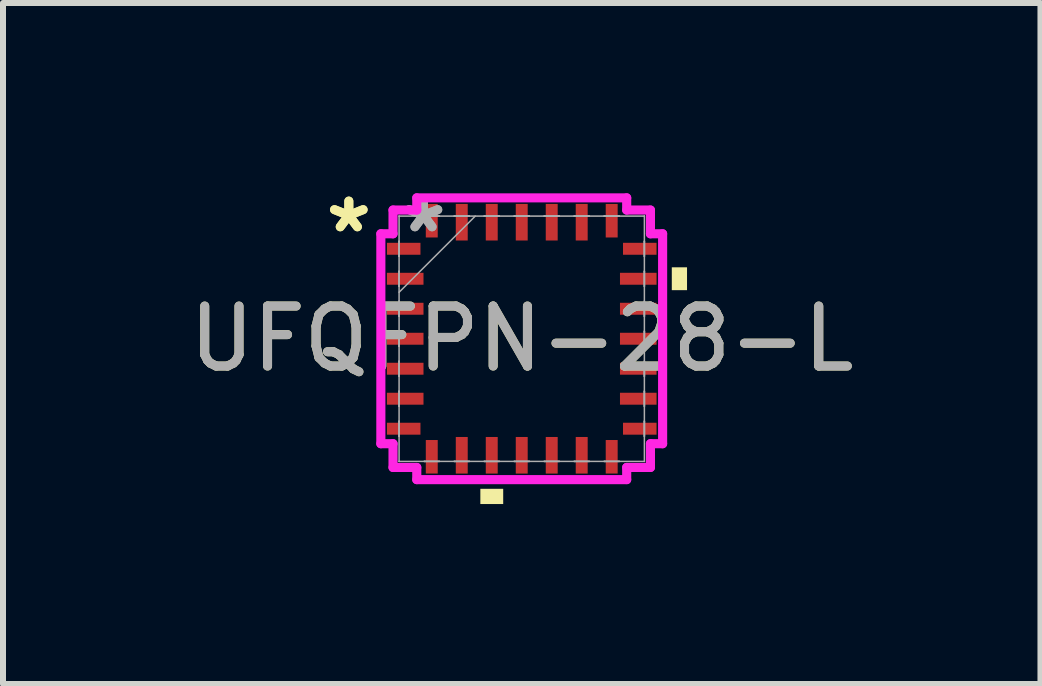
<source format=kicad_pcb>
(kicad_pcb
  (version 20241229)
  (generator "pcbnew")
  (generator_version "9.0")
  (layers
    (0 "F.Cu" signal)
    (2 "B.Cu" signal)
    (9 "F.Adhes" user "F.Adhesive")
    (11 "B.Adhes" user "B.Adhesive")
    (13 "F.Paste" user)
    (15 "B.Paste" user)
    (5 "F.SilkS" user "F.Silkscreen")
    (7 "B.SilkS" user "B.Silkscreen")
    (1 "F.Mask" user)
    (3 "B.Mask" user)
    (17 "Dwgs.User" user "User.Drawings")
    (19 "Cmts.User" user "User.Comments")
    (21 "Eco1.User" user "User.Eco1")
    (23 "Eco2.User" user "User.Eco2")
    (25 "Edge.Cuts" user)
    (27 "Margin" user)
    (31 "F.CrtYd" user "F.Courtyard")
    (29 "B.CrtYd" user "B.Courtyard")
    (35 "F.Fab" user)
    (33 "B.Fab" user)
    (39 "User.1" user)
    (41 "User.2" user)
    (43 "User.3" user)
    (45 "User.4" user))
  (footprint "UFQFPN-28-L"
    (layer "F.Cu")
    (at 5.649 2.598)
    (property "Reference" "UFQFPN-28-L" (at 0 0 0) (unlocked yes) (layer "F.SilkS") (effects (font (size 1 1) (thickness 0.15))))
    (attr smd)
    (fp_poly (pts (xy -0.69 2.502) (xy -0.69 2.756) (xy -0.309 2.756) (xy -0.309 2.502)) (stroke (width 0) (type solid)) (fill yes) (layer "F.SilkS"))
    (fp_poly (pts (xy 2.756 -1.191) (xy 2.756 -0.81) (xy 2.502 -0.81) (xy 2.502 -1.191)) (stroke (width 0) (type solid)) (fill yes) (layer "F.SilkS"))
    (fp_line (start -2.349 -1.75) (end -2.146 -1.75) (stroke (width 0.152) (type solid)) (layer "F.CrtYd"))
    (fp_line (start -2.349 1.75) (end -2.349 -1.75) (stroke (width 0.152) (type solid)) (layer "F.CrtYd"))
    (fp_line (start -2.146 -2.146) (end -1.75 -2.146) (stroke (width 0.152) (type solid)) (layer "F.CrtYd"))
    (fp_line (start -2.146 -1.75) (end -2.146 -2.146) (stroke (width 0.152) (type solid)) (layer "F.CrtYd"))
    (fp_line (start -2.146 1.75) (end -2.349 1.75) (stroke (width 0.152) (type solid)) (layer "F.CrtYd"))
    (fp_line (start -2.146 2.146) (end -2.146 1.75) (stroke (width 0.152) (type solid)) (layer "F.CrtYd"))
    (fp_line (start -1.75 -2.349) (end 1.75 -2.349) (stroke (width 0.152) (type solid)) (layer "F.CrtYd"))
    (fp_line (start -1.75 -2.146) (end -1.75 -2.349) (stroke (width 0.152) (type solid)) (layer "F.CrtYd"))
    (fp_line (start -1.75 2.146) (end -2.146 2.146) (stroke (width 0.152) (type solid)) (layer "F.CrtYd"))
    (fp_line (start -1.75 2.349) (end -1.75 2.146) (stroke (width 0.152) (type solid)) (layer "F.CrtYd"))
    (fp_line (start 1.75 -2.349) (end 1.75 -2.146) (stroke (width 0.152) (type solid)) (layer "F.CrtYd"))
    (fp_line (start 1.75 -2.146) (end 2.146 -2.146) (stroke (width 0.152) (type solid)) (layer "F.CrtYd"))
    (fp_line (start 1.75 2.146) (end 1.75 2.349) (stroke (width 0.152) (type solid)) (layer "F.CrtYd"))
    (fp_line (start 1.75 2.349) (end -1.75 2.349) (stroke (width 0.152) (type solid)) (layer "F.CrtYd"))
    (fp_line (start 2.146 -2.146) (end 2.146 -1.75) (stroke (width 0.152) (type solid)) (layer "F.CrtYd"))
    (fp_line (start 2.146 -1.75) (end 2.349 -1.75) (stroke (width 0.152) (type solid)) (layer "F.CrtYd"))
    (fp_line (start 2.146 1.75) (end 2.146 2.146) (stroke (width 0.152) (type solid)) (layer "F.CrtYd"))
    (fp_line (start 2.146 2.146) (end 1.75 2.146) (stroke (width 0.152) (type solid)) (layer "F.CrtYd"))
    (fp_line (start 2.349 -1.75) (end 2.349 1.75) (stroke (width 0.152) (type solid)) (layer "F.CrtYd"))
    (fp_line (start 2.349 1.75) (end 2.146 1.75) (stroke (width 0.152) (type solid)) (layer "F.CrtYd"))
    (fp_line (start -2.045 -2.045) (end -2.045 -2.045) (stroke (width 0.025) (type solid)) (layer "F.Fab"))
    (fp_line (start -2.045 -2.045) (end -2.045 2.045) (stroke (width 0.025) (type solid)) (layer "F.Fab"))
    (fp_line (start -2.045 -1.625) (end -2.045 -1.625) (stroke (width 0.025) (type solid)) (layer "F.Fab"))
    (fp_line (start -2.045 -1.625) (end -2.045 -1.375) (stroke (width 0.025) (type solid)) (layer "F.Fab"))
    (fp_line (start -2.045 -1.375) (end -2.045 -1.625) (stroke (width 0.025) (type solid)) (layer "F.Fab"))
    (fp_line (start -2.045 -1.375) (end -2.045 -1.375) (stroke (width 0.025) (type solid)) (layer "F.Fab"))
    (fp_line (start -2.045 -1.125) (end -2.045 -1.125) (stroke (width 0.025) (type solid)) (layer "F.Fab"))
    (fp_line (start -2.045 -1.125) (end -2.045 -0.875) (stroke (width 0.025) (type solid)) (layer "F.Fab"))
    (fp_line (start -2.045 -0.875) (end -2.045 -1.125) (stroke (width 0.025) (type solid)) (layer "F.Fab"))
    (fp_line (start -2.045 -0.875) (end -2.045 -0.875) (stroke (width 0.025) (type solid)) (layer "F.Fab"))
    (fp_line (start -2.045 -0.775) (end -0.775 -2.045) (stroke (width 0.025) (type solid)) (layer "F.Fab"))
    (fp_line (start -2.045 -0.625) (end -2.045 -0.625) (stroke (width 0.025) (type solid)) (layer "F.Fab"))
    (fp_line (start -2.045 -0.625) (end -2.045 -0.375) (stroke (width 0.025) (type solid)) (layer "F.Fab"))
    (fp_line (start -2.045 -0.375) (end -2.045 -0.625) (stroke (width 0.025) (type solid)) (layer "F.Fab"))
    (fp_line (start -2.045 -0.375) (end -2.045 -0.375) (stroke (width 0.025) (type solid)) (layer "F.Fab"))
    (fp_line (start -2.045 -0.125) (end -2.045 -0.125) (stroke (width 0.025) (type solid)) (layer "F.Fab"))
    (fp_line (start -2.045 -0.125) (end -2.045 0.125) (stroke (width 0.025) (type solid)) (layer "F.Fab"))
    (fp_line (start -2.045 0.125) (end -2.045 -0.125) (stroke (width 0.025) (type solid)) (layer "F.Fab"))
    (fp_line (start -2.045 0.125) (end -2.045 0.125) (stroke (width 0.025) (type solid)) (layer "F.Fab"))
    (fp_line (start -2.045 0.375) (end -2.045 0.375) (stroke (width 0.025) (type solid)) (layer "F.Fab"))
    (fp_line (start -2.045 0.375) (end -2.045 0.625) (stroke (width 0.025) (type solid)) (layer "F.Fab"))
    (fp_line (start -2.045 0.625) (end -2.045 0.375) (stroke (width 0.025) (type solid)) (layer "F.Fab"))
    (fp_line (start -2.045 0.625) (end -2.045 0.625) (stroke (width 0.025) (type solid)) (layer "F.Fab"))
    (fp_line (start -2.045 0.875) (end -2.045 0.875) (stroke (width 0.025) (type solid)) (layer "F.Fab"))
    (fp_line (start -2.045 0.875) (end -2.045 1.125) (stroke (width 0.025) (type solid)) (layer "F.Fab"))
    (fp_line (start -2.045 1.125) (end -2.045 0.875) (stroke (width 0.025) (type solid)) (layer "F.Fab"))
    (fp_line (start -2.045 1.125) (end -2.045 1.125) (stroke (width 0.025) (type solid)) (layer "F.Fab"))
    (fp_line (start -2.045 1.375) (end -2.045 1.375) (stroke (width 0.025) (type solid)) (layer "F.Fab"))
    (fp_line (start -2.045 1.375) (end -2.045 1.625) (stroke (width 0.025) (type solid)) (layer "F.Fab"))
    (fp_line (start -2.045 1.625) (end -2.045 1.375) (stroke (width 0.025) (type solid)) (layer "F.Fab"))
    (fp_line (start -2.045 1.625) (end -2.045 1.625) (stroke (width 0.025) (type solid)) (layer "F.Fab"))
    (fp_line (start -2.045 2.045) (end -2.045 2.045) (stroke (width 0.025) (type solid)) (layer "F.Fab"))
    (fp_line (start -2.045 2.045) (end 2.045 2.045) (stroke (width 0.025) (type solid)) (layer "F.Fab"))
    (fp_line (start -1.625 -2.045) (end -1.625 -2.045) (stroke (width 0.025) (type solid)) (layer "F.Fab"))
    (fp_line (start -1.625 -2.045) (end -1.375 -2.045) (stroke (width 0.025) (type solid)) (layer "F.Fab"))
    (fp_line (start -1.625 2.045) (end -1.625 2.045) (stroke (width 0.025) (type solid)) (layer "F.Fab"))
    (fp_line (start -1.625 2.045) (end -1.375 2.045) (stroke (width 0.025) (type solid)) (layer "F.Fab"))
    (fp_line (start -1.375 -2.045) (end -1.625 -2.045) (stroke (width 0.025) (type solid)) (layer "F.Fab"))
    (fp_line (start -1.375 -2.045) (end -1.375 -2.045) (stroke (width 0.025) (type solid)) (layer "F.Fab"))
    (fp_line (start -1.375 2.045) (end -1.625 2.045) (stroke (width 0.025) (type solid)) (layer "F.Fab"))
    (fp_line (start -1.375 2.045) (end -1.375 2.045) (stroke (width 0.025) (type solid)) (layer "F.Fab"))
    (fp_line (start -1.125 -2.045) (end -1.125 -2.045) (stroke (width 0.025) (type solid)) (layer "F.Fab"))
    (fp_line (start -1.125 -2.045) (end -0.875 -2.045) (stroke (width 0.025) (type solid)) (layer "F.Fab"))
    (fp_line (start -1.125 2.045) (end -1.125 2.045) (stroke (width 0.025) (type solid)) (layer "F.Fab"))
    (fp_line (start -1.125 2.045) (end -0.875 2.045) (stroke (width 0.025) (type solid)) (layer "F.Fab"))
    (fp_line (start -0.875 -2.045) (end -1.125 -2.045) (stroke (width 0.025) (type solid)) (layer "F.Fab"))
    (fp_line (start -0.875 -2.045) (end -0.875 -2.045) (stroke (width 0.025) (type solid)) (layer "F.Fab"))
    (fp_line (start -0.875 2.045) (end -1.125 2.045) (stroke (width 0.025) (type solid)) (layer "F.Fab"))
    (fp_line (start -0.875 2.045) (end -0.875 2.045) (stroke (width 0.025) (type solid)) (layer "F.Fab"))
    (fp_line (start -0.625 -2.045) (end -0.625 -2.045) (stroke (width 0.025) (type solid)) (layer "F.Fab"))
    (fp_line (start -0.625 -2.045) (end -0.375 -2.045) (stroke (width 0.025) (type solid)) (layer "F.Fab"))
    (fp_line (start -0.625 2.045) (end -0.625 2.045) (stroke (width 0.025) (type solid)) (layer "F.Fab"))
    (fp_line (start -0.625 2.045) (end -0.375 2.045) (stroke (width 0.025) (type solid)) (layer "F.Fab"))
    (fp_line (start -0.375 -2.045) (end -0.625 -2.045) (stroke (width 0.025) (type solid)) (layer "F.Fab"))
    (fp_line (start -0.375 -2.045) (end -0.375 -2.045) (stroke (width 0.025) (type solid)) (layer "F.Fab"))
    (fp_line (start -0.375 2.045) (end -0.625 2.045) (stroke (width 0.025) (type solid)) (layer "F.Fab"))
    (fp_line (start -0.375 2.045) (end -0.375 2.045) (stroke (width 0.025) (type solid)) (layer "F.Fab"))
    (fp_line (start -0.125 -2.045) (end -0.125 -2.045) (stroke (width 0.025) (type solid)) (layer "F.Fab"))
    (fp_line (start -0.125 -2.045) (end 0.125 -2.045) (stroke (width 0.025) (type solid)) (layer "F.Fab"))
    (fp_line (start -0.125 2.045) (end -0.125 2.045) (stroke (width 0.025) (type solid)) (layer "F.Fab"))
    (fp_line (start -0.125 2.045) (end 0.125 2.045) (stroke (width 0.025) (type solid)) (layer "F.Fab"))
    (fp_line (start 0.125 -2.045) (end -0.125 -2.045) (stroke (width 0.025) (type solid)) (layer "F.Fab"))
    (fp_line (start 0.125 -2.045) (end 0.125 -2.045) (stroke (width 0.025) (type solid)) (layer "F.Fab"))
    (fp_line (start 0.125 2.045) (end -0.125 2.045) (stroke (width 0.025) (type solid)) (layer "F.Fab"))
    (fp_line (start 0.125 2.045) (end 0.125 2.045) (stroke (width 0.025) (type solid)) (layer "F.Fab"))
    (fp_line (start 0.375 -2.045) (end 0.375 -2.045) (stroke (width 0.025) (type solid)) (layer "F.Fab"))
    (fp_line (start 0.375 -2.045) (end 0.625 -2.045) (stroke (width 0.025) (type solid)) (layer "F.Fab"))
    (fp_line (start 0.375 2.045) (end 0.375 2.045) (stroke (width 0.025) (type solid)) (layer "F.Fab"))
    (fp_line (start 0.375 2.045) (end 0.625 2.045) (stroke (width 0.025) (type solid)) (layer "F.Fab"))
    (fp_line (start 0.625 -2.045) (end 0.375 -2.045) (stroke (width 0.025) (type solid)) (layer "F.Fab"))
    (fp_line (start 0.625 -2.045) (end 0.625 -2.045) (stroke (width 0.025) (type solid)) (layer "F.Fab"))
    (fp_line (start 0.625 2.045) (end 0.375 2.045) (stroke (width 0.025) (type solid)) (layer "F.Fab"))
    (fp_line (start 0.625 2.045) (end 0.625 2.045) (stroke (width 0.025) (type solid)) (layer "F.Fab"))
    (fp_line (start 0.875 -2.045) (end 0.875 -2.045) (stroke (width 0.025) (type solid)) (layer "F.Fab"))
    (fp_line (start 0.875 -2.045) (end 1.125 -2.045) (stroke (width 0.025) (type solid)) (layer "F.Fab"))
    (fp_line (start 0.875 2.045) (end 0.875 2.045) (stroke (width 0.025) (type solid)) (layer "F.Fab"))
    (fp_line (start 0.875 2.045) (end 1.125 2.045) (stroke (width 0.025) (type solid)) (layer "F.Fab"))
    (fp_line (start 1.125 -2.045) (end 0.875 -2.045) (stroke (width 0.025) (type solid)) (layer "F.Fab"))
    (fp_line (start 1.125 -2.045) (end 1.125 -2.045) (stroke (width 0.025) (type solid)) (layer "F.Fab"))
    (fp_line (start 1.125 2.045) (end 0.875 2.045) (stroke (width 0.025) (type solid)) (layer "F.Fab"))
    (fp_line (start 1.125 2.045) (end 1.125 2.045) (stroke (width 0.025) (type solid)) (layer "F.Fab"))
    (fp_line (start 1.375 -2.045) (end 1.375 -2.045) (stroke (width 0.025) (type solid)) (layer "F.Fab"))
    (fp_line (start 1.375 -2.045) (end 1.625 -2.045) (stroke (width 0.025) (type solid)) (layer "F.Fab"))
    (fp_line (start 1.375 2.045) (end 1.375 2.045) (stroke (width 0.025) (type solid)) (layer "F.Fab"))
    (fp_line (start 1.375 2.045) (end 1.625 2.045) (stroke (width 0.025) (type solid)) (layer "F.Fab"))
    (fp_line (start 1.625 -2.045) (end 1.375 -2.045) (stroke (width 0.025) (type solid)) (layer "F.Fab"))
    (fp_line (start 1.625 -2.045) (end 1.625 -2.045) (stroke (width 0.025) (type solid)) (layer "F.Fab"))
    (fp_line (start 1.625 2.045) (end 1.375 2.045) (stroke (width 0.025) (type solid)) (layer "F.Fab"))
    (fp_line (start 1.625 2.045) (end 1.625 2.045) (stroke (width 0.025) (type solid)) (layer "F.Fab"))
    (fp_line (start 2.045 -2.045) (end -2.045 -2.045) (stroke (width 0.025) (type solid)) (layer "F.Fab"))
    (fp_line (start 2.045 -2.045) (end 2.045 -2.045) (stroke (width 0.025) (type solid)) (layer "F.Fab"))
    (fp_line (start 2.045 -1.625) (end 2.045 -1.625) (stroke (width 0.025) (type solid)) (layer "F.Fab"))
    (fp_line (start 2.045 -1.625) (end 2.045 -1.375) (stroke (width 0.025) (type solid)) (layer "F.Fab"))
    (fp_line (start 2.045 -1.375) (end 2.045 -1.625) (stroke (width 0.025) (type solid)) (layer "F.Fab"))
    (fp_line (start 2.045 -1.375) (end 2.045 -1.375) (stroke (width 0.025) (type solid)) (layer "F.Fab"))
    (fp_line (start 2.045 -1.125) (end 2.045 -1.125) (stroke (width 0.025) (type solid)) (layer "F.Fab"))
    (fp_line (start 2.045 -1.125) (end 2.045 -0.875) (stroke (width 0.025) (type solid)) (layer "F.Fab"))
    (fp_line (start 2.045 -0.875) (end 2.045 -1.125) (stroke (width 0.025) (type solid)) (layer "F.Fab"))
    (fp_line (start 2.045 -0.875) (end 2.045 -0.875) (stroke (width 0.025) (type solid)) (layer "F.Fab"))
    (fp_line (start 2.045 -0.625) (end 2.045 -0.625) (stroke (width 0.025) (type solid)) (layer "F.Fab"))
    (fp_line (start 2.045 -0.625) (end 2.045 -0.375) (stroke (width 0.025) (type solid)) (layer "F.Fab"))
    (fp_line (start 2.045 -0.375) (end 2.045 -0.625) (stroke (width 0.025) (type solid)) (layer "F.Fab"))
    (fp_line (start 2.045 -0.375) (end 2.045 -0.375) (stroke (width 0.025) (type solid)) (layer "F.Fab"))
    (fp_line (start 2.045 -0.125) (end 2.045 -0.125) (stroke (width 0.025) (type solid)) (layer "F.Fab"))
    (fp_line (start 2.045 -0.125) (end 2.045 0.125) (stroke (width 0.025) (type solid)) (layer "F.Fab"))
    (fp_line (start 2.045 0.125) (end 2.045 -0.125) (stroke (width 0.025) (type solid)) (layer "F.Fab"))
    (fp_line (start 2.045 0.125) (end 2.045 0.125) (stroke (width 0.025) (type solid)) (layer "F.Fab"))
    (fp_line (start 2.045 0.375) (end 2.045 0.375) (stroke (width 0.025) (type solid)) (layer "F.Fab"))
    (fp_line (start 2.045 0.375) (end 2.045 0.625) (stroke (width 0.025) (type solid)) (layer "F.Fab"))
    (fp_line (start 2.045 0.625) (end 2.045 0.375) (stroke (width 0.025) (type solid)) (layer "F.Fab"))
    (fp_line (start 2.045 0.625) (end 2.045 0.625) (stroke (width 0.025) (type solid)) (layer "F.Fab"))
    (fp_line (start 2.045 0.875) (end 2.045 0.875) (stroke (width 0.025) (type solid)) (layer "F.Fab"))
    (fp_line (start 2.045 0.875) (end 2.045 1.125) (stroke (width 0.025) (type solid)) (layer "F.Fab"))
    (fp_line (start 2.045 1.125) (end 2.045 0.875) (stroke (width 0.025) (type solid)) (layer "F.Fab"))
    (fp_line (start 2.045 1.125) (end 2.045 1.125) (stroke (width 0.025) (type solid)) (layer "F.Fab"))
    (fp_line (start 2.045 1.375) (end 2.045 1.375) (stroke (width 0.025) (type solid)) (layer "F.Fab"))
    (fp_line (start 2.045 1.375) (end 2.045 1.625) (stroke (width 0.025) (type solid)) (layer "F.Fab"))
    (fp_line (start 2.045 1.625) (end 2.045 1.375) (stroke (width 0.025) (type solid)) (layer "F.Fab"))
    (fp_line (start 2.045 1.625) (end 2.045 1.625) (stroke (width 0.025) (type solid)) (layer "F.Fab"))
    (fp_line (start 2.045 2.045) (end 2.045 -2.045) (stroke (width 0.025) (type solid)) (layer "F.Fab"))
    (fp_line (start 2.045 2.045) (end 2.045 2.045) (stroke (width 0.025) (type solid)) (layer "F.Fab"))
    (fp_text user "*" (at -2.883 -1.75 0) (layer "F.SilkS") (effects (font (size 1 1) (thickness 0.15))))
    (fp_text user "*" (at -2.883 -1.75 0) (unlocked yes) (layer "F.SilkS") (effects (font (size 1 1) (thickness 0.15))))
    (fp_text user "${REFERENCE}" (at 0 0 0) (unlocked yes) (layer "F.Fab") (effects (font (size 1 1) (thickness 0.15))))
    (fp_text user "*" (at -1.638 -1.75 0) (layer "F.Fab") (effects (font (size 1 1) (thickness 0.15))))
    (fp_text user "*" (at -1.638 -1.75 0) (unlocked yes) (layer "F.Fab") (effects (font (size 1 1) (thickness 0.15))))
    (pad "1" smd rect (at -1.968 -1.5 90) (size 0.199 0.559) (layers "F.Cu" "F.Mask" "F.Paste"))
    (pad "2" smd rect (at -1.943 -1 90) (size 0.199 0.61) (layers "F.Cu" "F.Mask" "F.Paste"))
    (pad "3" smd rect (at -1.943 -0.5 90) (size 0.199 0.61) (layers "F.Cu" "F.Mask" "F.Paste"))
    (pad "4" smd rect (at -1.943 0 90) (size 0.199 0.61) (layers "F.Cu" "F.Mask" "F.Paste"))
    (pad "5" smd rect (at -1.943 0.5 90) (size 0.199 0.61) (layers "F.Cu" "F.Mask" "F.Paste"))
    (pad "6" smd rect (at -1.943 1 90) (size 0.199 0.61) (layers "F.Cu" "F.Mask" "F.Paste"))
    (pad "7" smd rect (at -1.968 1.5 90) (size 0.199 0.559) (layers "F.Cu" "F.Mask" "F.Paste"))
    (pad "8" smd rect (at -1.5 1.968) (size 0.199 0.559) (layers "F.Cu" "F.Mask" "F.Paste"))
    (pad "9" smd rect (at -1 1.943) (size 0.199 0.61) (layers "F.Cu" "F.Mask" "F.Paste"))
    (pad "10" smd rect (at -0.5 1.943) (size 0.199 0.61) (layers "F.Cu" "F.Mask" "F.Paste"))
    (pad "11" smd rect (at 0 1.943) (size 0.199 0.61) (layers "F.Cu" "F.Mask" "F.Paste"))
    (pad "12" smd rect (at 0.5 1.943) (size 0.199 0.61) (layers "F.Cu" "F.Mask" "F.Paste"))
    (pad "13" smd rect (at 1 1.943) (size 0.199 0.61) (layers "F.Cu" "F.Mask" "F.Paste"))
    (pad "14" smd rect (at 1.5 1.968) (size 0.199 0.559) (layers "F.Cu" "F.Mask" "F.Paste"))
    (pad "15" smd rect (at 1.968 1.5 90) (size 0.199 0.559) (layers "F.Cu" "F.Mask" "F.Paste"))
    (pad "16" smd rect (at 1.943 1 90) (size 0.199 0.61) (layers "F.Cu" "F.Mask" "F.Paste"))
    (pad "17" smd rect (at 1.943 0.5 90) (size 0.199 0.61) (layers "F.Cu" "F.Mask" "F.Paste"))
    (pad "18" smd rect (at 1.943 0 90) (size 0.199 0.61) (layers "F.Cu" "F.Mask" "F.Paste"))
    (pad "19" smd rect (at 1.943 -0.5 90) (size 0.199 0.61) (layers "F.Cu" "F.Mask" "F.Paste"))
    (pad "20" smd rect (at 1.943 -1 90) (size 0.199 0.61) (layers "F.Cu" "F.Mask" "F.Paste"))
    (pad "21" smd rect (at 1.968 -1.5 90) (size 0.199 0.559) (layers "F.Cu" "F.Mask" "F.Paste"))
    (pad "22" smd rect (at 1.5 -1.968) (size 0.199 0.559) (layers "F.Cu" "F.Mask" "F.Paste"))
    (pad "23" smd rect (at 1 -1.943) (size 0.199 0.61) (layers "F.Cu" "F.Mask" "F.Paste"))
    (pad "24" smd rect (at 0.5 -1.943) (size 0.199 0.61) (layers "F.Cu" "F.Mask" "F.Paste"))
    (pad "25" smd rect (at 0 -1.943) (size 0.199 0.61) (layers "F.Cu" "F.Mask" "F.Paste"))
    (pad "26" smd rect (at -0.5 -1.943) (size 0.199 0.61) (layers "F.Cu" "F.Mask" "F.Paste"))
    (pad "27" smd rect (at -1 -1.943) (size 0.199 0.61) (layers "F.Cu" "F.Mask" "F.Paste"))
    (pad "28" smd rect (at -1.5 -1.968) (size 0.199 0.559) (layers "F.Cu" "F.Mask" "F.Paste")))
  (gr_rect
    (start -3 -3)
    (end 14.298 8.354)
    (stroke (width 0.1) (type default))
    (fill no)
    (layer "Edge.Cuts")))
</source>
